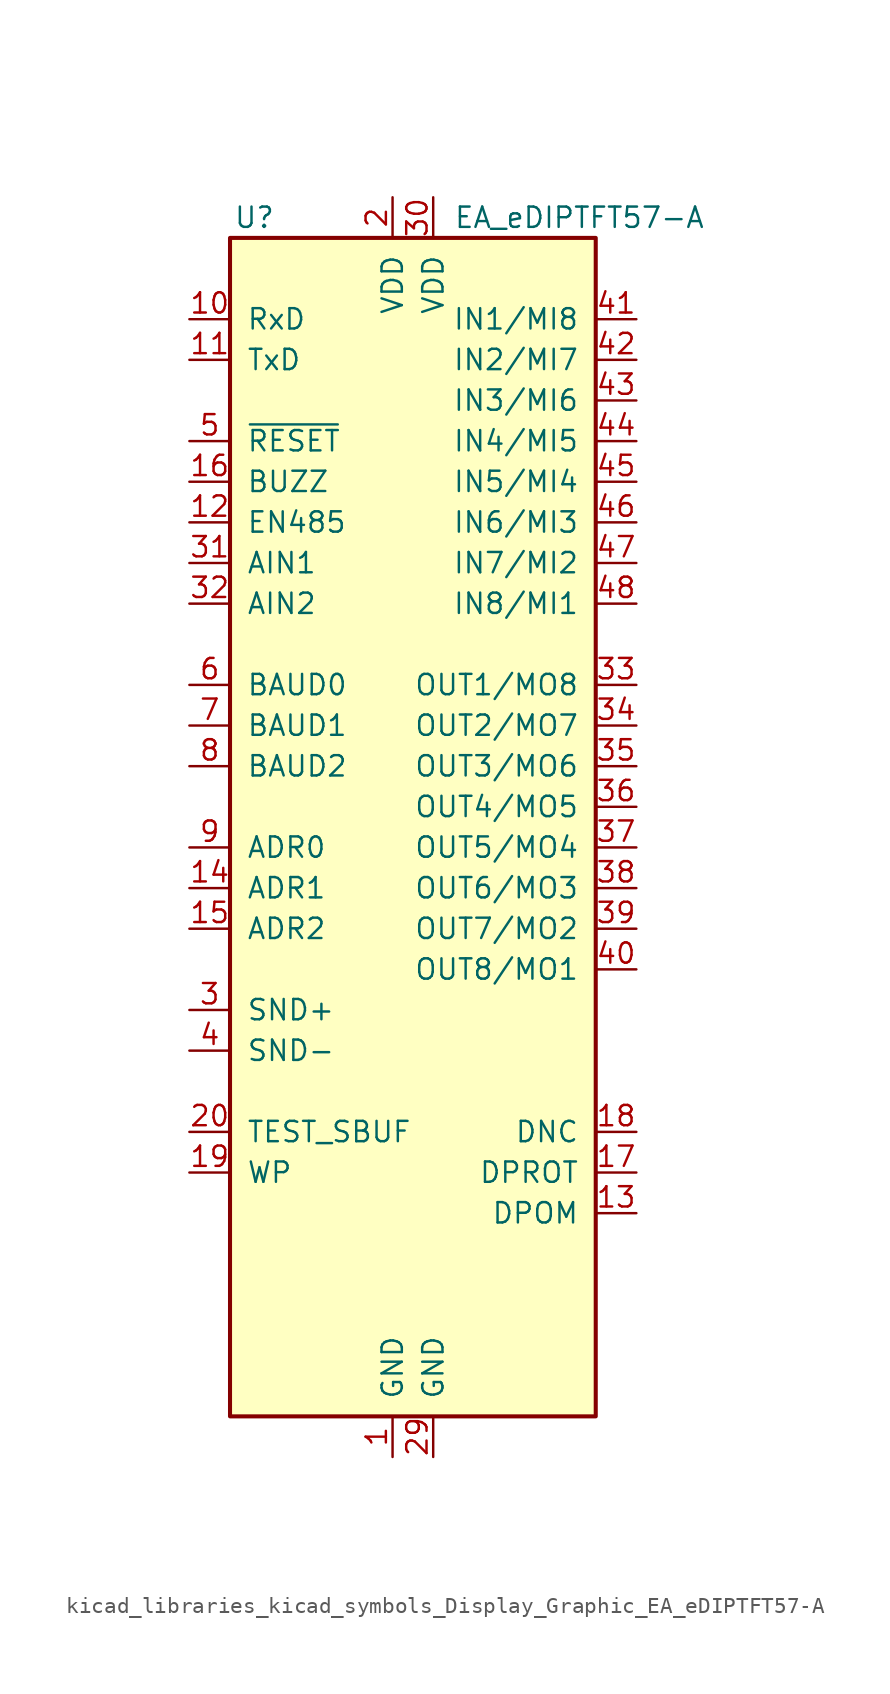
<source format=kicad_sym>
(kicad_symbol_lib
  (version 20220914)
  (generator kicad_symbol_editor)
  (symbol "kicad_libraries_kicad_symbols_Display_Graphic_EA_eDIPTFT57-A"
    (pin_names
      (offset 1.016))
    (property "Reference" "U"
      (at -8.636 36.83 0)
      (effects (font (size 1.27 1.27))))
    (property "Value" "EA_eDIPTFT57-A"
      (at 3.81 36.83 0)
      (effects (font (size 1.27 1.27)) (justify left)))
    (symbol "kicad_libraries_kicad_symbols_Display_Graphic_EA_eDIPTFT57-A_0_1"
      (rectangle (start -10.16 35.56) (end 12.7 -38.1) (stroke (width 0.254) (type default)) (fill (type background))))
    (symbol "kicad_libraries_kicad_symbols_Display_Graphic_EA_eDIPTFT57-A_1_1"
      (pin power_in line (at 0 -40.64 90) (length 2.54) (name "GND" (effects (font (size 1.27 1.27)))) (number "1" (effects (font (size 1.27 1.27)))))
      (pin input line (at -12.7 30.48 0) (length 2.54) (name "RxD" (effects (font (size 1.27 1.27)))) (number "10" (effects (font (size 1.27 1.27)))))
      (pin output line (at -12.7 27.94 0) (length 2.54) (name "TxD" (effects (font (size 1.27 1.27)))) (number "11" (effects (font (size 1.27 1.27)))))
      (pin output line (at -12.7 17.78 0) (length 2.54) (name "EN485" (effects (font (size 1.27 1.27)))) (number "12" (effects (font (size 1.27 1.27)))))
      (pin input line (at 15.24 -25.4 180) (length 2.54) (name "DPOM" (effects (font (size 1.27 1.27)))) (number "13" (effects (font (size 1.27 1.27)))))
      (pin input line (at -12.7 -5.08 0) (length 2.54) (name "ADR1" (effects (font (size 1.27 1.27)))) (number "14" (effects (font (size 1.27 1.27)))))
      (pin input line (at -12.7 -7.62 0) (length 2.54) (name "ADR2" (effects (font (size 1.27 1.27)))) (number "15" (effects (font (size 1.27 1.27)))))
      (pin output line (at -12.7 20.32 0) (length 2.54) (name "BUZZ" (effects (font (size 1.27 1.27)))) (number "16" (effects (font (size 1.27 1.27)))))
      (pin input line (at 15.24 -22.86 180) (length 2.54) (name "DPROT" (effects (font (size 1.27 1.27)))) (number "17" (effects (font (size 1.27 1.27)))))
      (pin output line (at 15.24 -20.32 180) (length 2.54) (name "DNC" (effects (font (size 1.27 1.27)))) (number "18" (effects (font (size 1.27 1.27)))))
      (pin input line (at -12.7 -22.86 0) (length 2.54) (name "WP" (effects (font (size 1.27 1.27)))) (number "19" (effects (font (size 1.27 1.27)))))
      (pin power_in line (at 0 38.1 270) (length 2.54) (name "VDD" (effects (font (size 1.27 1.27)))) (number "2" (effects (font (size 1.27 1.27)))))
      (pin bidirectional line (at -12.7 -20.32 0) (length 2.54) (name "TEST_SBUF" (effects (font (size 1.27 1.27)))) (number "20" (effects (font (size 1.27 1.27)))))
      (pin no_connect line (at -10.16 -27.94 0) (length 2.54) hide (name "NC" (effects (font (size 1.27 1.27)))) (number "21" (effects (font (size 1.27 1.27)))))
      (pin no_connect line (at -10.16 -30.48 0) (length 2.54) hide (name "NC" (effects (font (size 1.27 1.27)))) (number "22" (effects (font (size 1.27 1.27)))))
      (pin no_connect line (at -10.16 -33.02 0) (length 2.54) hide (name "NC" (effects (font (size 1.27 1.27)))) (number "23" (effects (font (size 1.27 1.27)))))
      (pin no_connect line (at -10.16 -35.56 0) (length 2.54) hide (name "NC" (effects (font (size 1.27 1.27)))) (number "24" (effects (font (size 1.27 1.27)))))
      (pin no_connect line (at 12.7 -35.56 180) (length 2.54) hide (name "NC" (effects (font (size 1.27 1.27)))) (number "25" (effects (font (size 1.27 1.27)))))
      (pin no_connect line (at 12.7 -33.02 180) (length 2.54) hide (name "NC" (effects (font (size 1.27 1.27)))) (number "26" (effects (font (size 1.27 1.27)))))
      (pin no_connect line (at 12.7 -30.48 180) (length 2.54) hide (name "NC" (effects (font (size 1.27 1.27)))) (number "27" (effects (font (size 1.27 1.27)))))
      (pin no_connect line (at 12.7 -27.94 180) (length 2.54) hide (name "NC" (effects (font (size 1.27 1.27)))) (number "28" (effects (font (size 1.27 1.27)))))
      (pin power_in line (at 2.54 -40.64 90) (length 2.54) (name "GND" (effects (font (size 1.27 1.27)))) (number "29" (effects (font (size 1.27 1.27)))))
      (pin output line (at -12.7 -12.7 0) (length 2.54) (name "SND+" (effects (font (size 1.27 1.27)))) (number "3" (effects (font (size 1.27 1.27)))))
      (pin power_in line (at 2.54 38.1 270) (length 2.54) (name "VDD" (effects (font (size 1.27 1.27)))) (number "30" (effects (font (size 1.27 1.27)))))
      (pin input line (at -12.7 15.24 0) (length 2.54) (name "AIN1" (effects (font (size 1.27 1.27)))) (number "31" (effects (font (size 1.27 1.27)))))
      (pin input line (at -12.7 12.7 0) (length 2.54) (name "AIN2" (effects (font (size 1.27 1.27)))) (number "32" (effects (font (size 1.27 1.27)))))
      (pin output line (at 15.24 7.62 180) (length 2.54) (name "OUT1/MO8" (effects (font (size 1.27 1.27)))) (number "33" (effects (font (size 1.27 1.27)))))
      (pin output line (at 15.24 5.08 180) (length 2.54) (name "OUT2/MO7" (effects (font (size 1.27 1.27)))) (number "34" (effects (font (size 1.27 1.27)))))
      (pin output line (at 15.24 2.54 180) (length 2.54) (name "OUT3/MO6" (effects (font (size 1.27 1.27)))) (number "35" (effects (font (size 1.27 1.27)))))
      (pin output line (at 15.24 0 180) (length 2.54) (name "OUT4/MO5" (effects (font (size 1.27 1.27)))) (number "36" (effects (font (size 1.27 1.27)))))
      (pin output line (at 15.24 -2.54 180) (length 2.54) (name "OUT5/MO4" (effects (font (size 1.27 1.27)))) (number "37" (effects (font (size 1.27 1.27)))))
      (pin output line (at 15.24 -5.08 180) (length 2.54) (name "OUT6/MO3" (effects (font (size 1.27 1.27)))) (number "38" (effects (font (size 1.27 1.27)))))
      (pin output line (at 15.24 -7.62 180) (length 2.54) (name "OUT7/MO2" (effects (font (size 1.27 1.27)))) (number "39" (effects (font (size 1.27 1.27)))))
      (pin input line (at -12.7 -15.24 0) (length 2.54) (name "SND-" (effects (font (size 1.27 1.27)))) (number "4" (effects (font (size 1.27 1.27)))))
      (pin output line (at 15.24 -10.16 180) (length 2.54) (name "OUT8/MO1" (effects (font (size 1.27 1.27)))) (number "40" (effects (font (size 1.27 1.27)))))
      (pin input line (at 15.24 30.48 180) (length 2.54) (name "IN1/MI8" (effects (font (size 1.27 1.27)))) (number "41" (effects (font (size 1.27 1.27)))))
      (pin input line (at 15.24 27.94 180) (length 2.54) (name "IN2/MI7" (effects (font (size 1.27 1.27)))) (number "42" (effects (font (size 1.27 1.27)))))
      (pin input line (at 15.24 25.4 180) (length 2.54) (name "IN3/MI6" (effects (font (size 1.27 1.27)))) (number "43" (effects (font (size 1.27 1.27)))))
      (pin input line (at 15.24 22.86 180) (length 2.54) (name "IN4/MI5" (effects (font (size 1.27 1.27)))) (number "44" (effects (font (size 1.27 1.27)))))
      (pin input line (at 15.24 20.32 180) (length 2.54) (name "IN5/MI4" (effects (font (size 1.27 1.27)))) (number "45" (effects (font (size 1.27 1.27)))))
      (pin input line (at 15.24 17.78 180) (length 2.54) (name "IN6/MI3" (effects (font (size 1.27 1.27)))) (number "46" (effects (font (size 1.27 1.27)))))
      (pin input line (at 15.24 15.24 180) (length 2.54) (name "IN7/MI2" (effects (font (size 1.27 1.27)))) (number "47" (effects (font (size 1.27 1.27)))))
      (pin input line (at 15.24 12.7 180) (length 2.54) (name "IN8/MI1" (effects (font (size 1.27 1.27)))) (number "48" (effects (font (size 1.27 1.27)))))
      (pin input line (at -12.7 22.86 0) (length 2.54) (name "~{RESET}" (effects (font (size 1.27 1.27)))) (number "5" (effects (font (size 1.27 1.27)))))
      (pin input line (at -12.7 7.62 0) (length 2.54) (name "BAUD0" (effects (font (size 1.27 1.27)))) (number "6" (effects (font (size 1.27 1.27)))))
      (pin input line (at -12.7 5.08 0) (length 2.54) (name "BAUD1" (effects (font (size 1.27 1.27)))) (number "7" (effects (font (size 1.27 1.27)))))
      (pin input line (at -12.7 2.54 0) (length 2.54) (name "BAUD2" (effects (font (size 1.27 1.27)))) (number "8" (effects (font (size 1.27 1.27)))))
      (pin input line (at -12.7 -2.54 0) (length 2.54) (name "ADR0" (effects (font (size 1.27 1.27)))) (number "9" (effects (font (size 1.27 1.27))))))))
</source>
